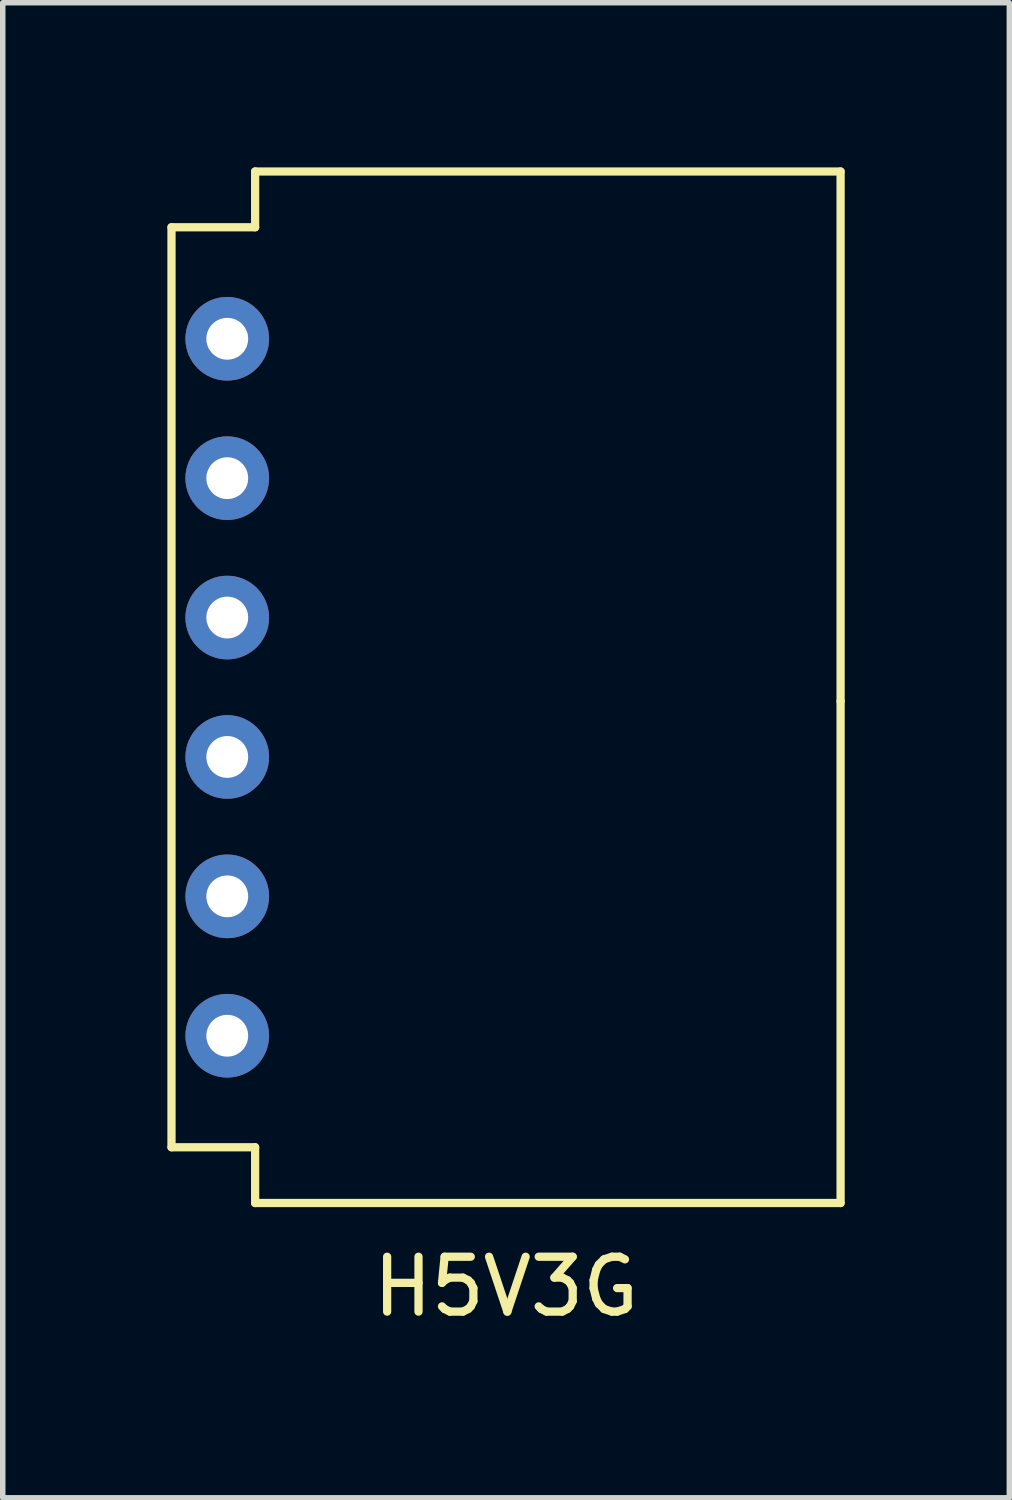
<source format=kicad_pcb>
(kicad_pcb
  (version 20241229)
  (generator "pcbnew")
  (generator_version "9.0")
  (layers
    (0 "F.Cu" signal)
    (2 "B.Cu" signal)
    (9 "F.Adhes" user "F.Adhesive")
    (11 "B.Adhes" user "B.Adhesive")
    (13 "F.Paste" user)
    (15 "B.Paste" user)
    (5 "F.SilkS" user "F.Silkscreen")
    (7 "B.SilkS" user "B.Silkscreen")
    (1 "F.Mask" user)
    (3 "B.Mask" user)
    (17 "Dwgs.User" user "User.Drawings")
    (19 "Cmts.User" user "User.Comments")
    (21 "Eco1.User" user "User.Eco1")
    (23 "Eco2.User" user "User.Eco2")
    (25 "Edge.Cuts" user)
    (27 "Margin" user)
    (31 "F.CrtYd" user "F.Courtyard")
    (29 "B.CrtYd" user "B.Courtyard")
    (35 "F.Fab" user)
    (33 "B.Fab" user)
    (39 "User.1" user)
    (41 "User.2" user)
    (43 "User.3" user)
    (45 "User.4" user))
  (footprint "H5V3G"
    (layer "F.Cu")
    (at 6.171 9.219)
    (property "Reference" "H5V3G" (at 0 11.176 0) (layer "F.SilkS") (effects (font (size 1 1) (thickness 0.15))))
    (attr through_hole)
    (fp_line (start -6.096 -8.128) (end -6.096 8.636) (stroke (width 0.15) (type solid)) (layer "F.SilkS"))
    (fp_line (start -4.572 -9.144) (end -4.572 -8.128) (stroke (width 0.15) (type solid)) (layer "F.SilkS"))
    (fp_line (start -4.572 -9.144) (end 6.096 -9.144) (stroke (width 0.15) (type solid)) (layer "F.SilkS"))
    (fp_line (start -4.572 -8.128) (end -6.096 -8.128) (stroke (width 0.15) (type solid)) (layer "F.SilkS"))
    (fp_line (start -4.572 8.636) (end -6.096 8.636) (stroke (width 0.15) (type solid)) (layer "F.SilkS"))
    (fp_line (start -4.572 9.652) (end -4.572 8.636) (stroke (width 0.15) (type solid)) (layer "F.SilkS"))
    (fp_line (start -4.572 9.652) (end 6.096 9.652) (stroke (width 0.15) (type solid)) (layer "F.SilkS"))
    (fp_line (start 6.096 0.508) (end 6.096 -9.144) (stroke (width 0.15) (type solid)) (layer "F.SilkS"))
    (fp_line (start 6.096 9.652) (end 6.096 0.508) (stroke (width 0.15) (type solid)) (layer "F.SilkS"))
    (pad "1" thru_hole circle (at -5.08 -6.096) (size 1.524 1.524) (drill 0.762) (layers "*.Cu" "*.Mask"))
    (pad "2" thru_hole circle (at -5.08 -3.556) (size 1.524 1.524) (drill 0.762) (layers "*.Cu" "*.Mask"))
    (pad "3" thru_hole circle (at -5.08 -1.016) (size 1.524 1.524) (drill 0.762) (layers "*.Cu" "*.Mask"))
    (pad "4" thru_hole circle (at -5.08 1.524) (size 1.524 1.524) (drill 0.762) (layers "*.Cu" "*.Mask"))
    (pad "5" thru_hole circle (at -5.08 4.064) (size 1.524 1.524) (drill 0.762) (layers "*.Cu" "*.Mask"))
    (pad "6" thru_hole circle (at -5.08 6.604) (size 1.524 1.524) (drill 0.762) (layers "*.Cu" "*.Mask")))
  (gr_rect
    (start -3 -3)
    (end 15.342 24.243)
    (stroke (width 0.1) (type default))
    (fill no)
    (layer "Edge.Cuts")))
</source>
